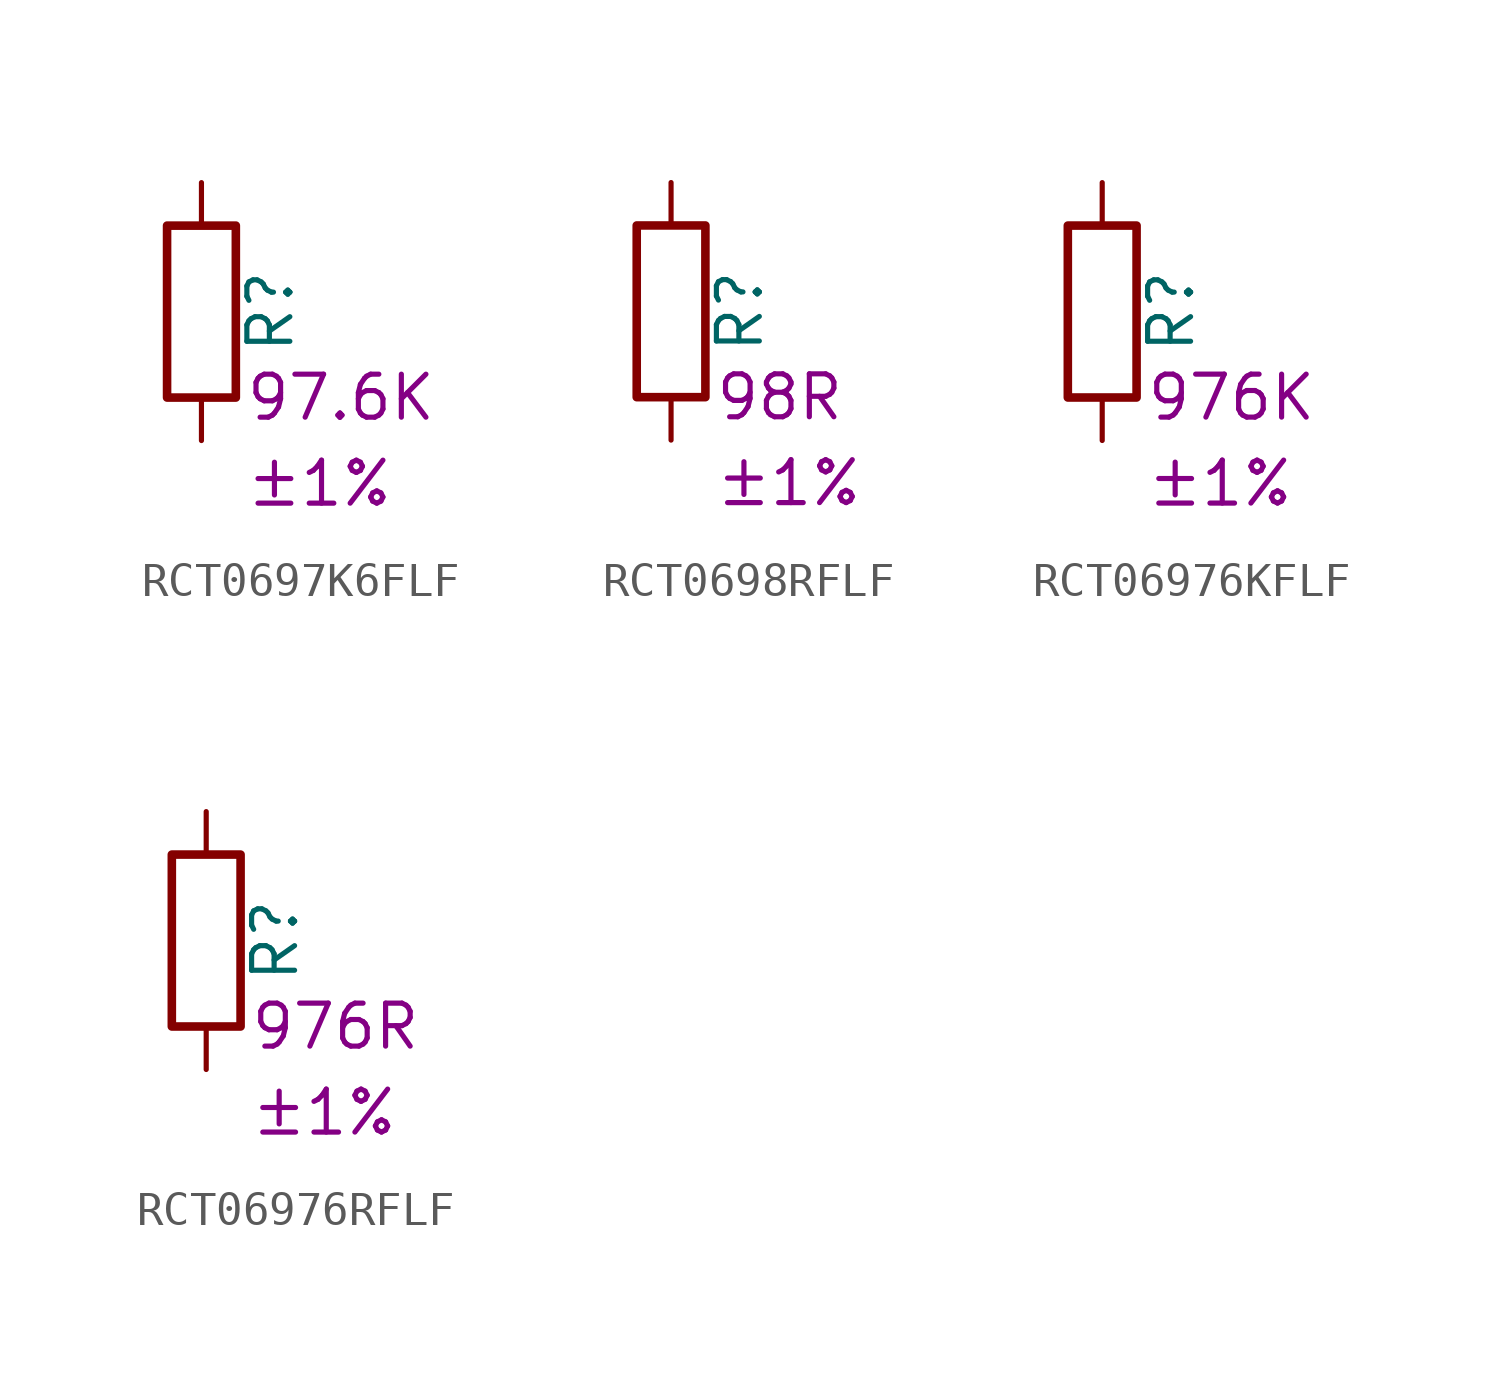
<source format=kicad_sym>
(kicad_symbol_lib
  (version 20220914)
  (generator kicad_symbol_editor)
  (symbol "RCT0697K6FLF"
    (pin_numbers hide)
    (pin_names
      (offset 0))
    (property "Reference" "R"
      (at 2.032 0 90)
      (effects (font (size 1.27 1.27))))
    (property "Resistance" "97.6K"
      (at 1.27 -2.54 0)
      (effects (font (size 1.27 1.27)) (justify left)))
    (property "Tolerance" "±1%"
      (at 1.27 -5.08 0)
      (effects (font (size 1.27 1.27)) (justify left)))
    (symbol "RCT0697K6FLF_0_1"
      (rectangle (start -1.016 -2.54) (end 1.016 2.54) (stroke (width 0.254) (type default)) (fill (type none))))
    (symbol "RCT0697K6FLF_1_1"
      (pin passive line (at 0 3.81 270) (length 1.27) (name "~" (effects (font (size 1.27 1.27)))) (number "1" (effects (font (size 1.27 1.27)))))
      (pin passive line (at 0 -3.81 90) (length 1.27) (name "~" (effects (font (size 1.27 1.27)))) (number "2" (effects (font (size 1.27 1.27)))))))
  (symbol "RCT0698RFLF"
    (pin_numbers hide)
    (pin_names
      (offset 0))
    (property "Reference" "R"
      (at 2.032 0 90)
      (effects (font (size 1.27 1.27))))
    (property "Resistance" "98R"
      (at 1.27 -2.54 0)
      (effects (font (size 1.27 1.27)) (justify left)))
    (property "Tolerance" "±1%"
      (at 1.27 -5.08 0)
      (effects (font (size 1.27 1.27)) (justify left)))
    (symbol "RCT0698RFLF_0_1"
      (rectangle (start -1.016 -2.54) (end 1.016 2.54) (stroke (width 0.254) (type default)) (fill (type none))))
    (symbol "RCT0698RFLF_1_1"
      (pin passive line (at 0 3.81 270) (length 1.27) (name "~" (effects (font (size 1.27 1.27)))) (number "1" (effects (font (size 1.27 1.27)))))
      (pin passive line (at 0 -3.81 90) (length 1.27) (name "~" (effects (font (size 1.27 1.27)))) (number "2" (effects (font (size 1.27 1.27)))))))
  (symbol "RCT06976KFLF"
    (pin_numbers hide)
    (pin_names
      (offset 0))
    (property "Reference" "R"
      (at 2.032 0 90)
      (effects (font (size 1.27 1.27))))
    (property "Resistance" "976K"
      (at 1.27 -2.54 0)
      (effects (font (size 1.27 1.27)) (justify left)))
    (property "Tolerance" "±1%"
      (at 1.27 -5.08 0)
      (effects (font (size 1.27 1.27)) (justify left)))
    (symbol "RCT06976KFLF_0_1"
      (rectangle (start -1.016 -2.54) (end 1.016 2.54) (stroke (width 0.254) (type default)) (fill (type none))))
    (symbol "RCT06976KFLF_1_1"
      (pin passive line (at 0 3.81 270) (length 1.27) (name "~" (effects (font (size 1.27 1.27)))) (number "1" (effects (font (size 1.27 1.27)))))
      (pin passive line (at 0 -3.81 90) (length 1.27) (name "~" (effects (font (size 1.27 1.27)))) (number "2" (effects (font (size 1.27 1.27)))))))
  (symbol "RCT06976RFLF"
    (pin_numbers hide)
    (pin_names
      (offset 0))
    (property "Reference" "R"
      (at 2.032 0 90)
      (effects (font (size 1.27 1.27))))
    (property "Resistance" "976R"
      (at 1.27 -2.54 0)
      (effects (font (size 1.27 1.27)) (justify left)))
    (property "Tolerance" "±1%"
      (at 1.27 -5.08 0)
      (effects (font (size 1.27 1.27)) (justify left)))
    (symbol "RCT06976RFLF_0_1"
      (rectangle (start -1.016 -2.54) (end 1.016 2.54) (stroke (width 0.254) (type default)) (fill (type none))))
    (symbol "RCT06976RFLF_1_1"
      (pin passive line (at 0 3.81 270) (length 1.27) (name "~" (effects (font (size 1.27 1.27)))) (number "1" (effects (font (size 1.27 1.27)))))
      (pin passive line (at 0 -3.81 90) (length 1.27) (name "~" (effects (font (size 1.27 1.27)))) (number "2" (effects (font (size 1.27 1.27))))))))
</source>
